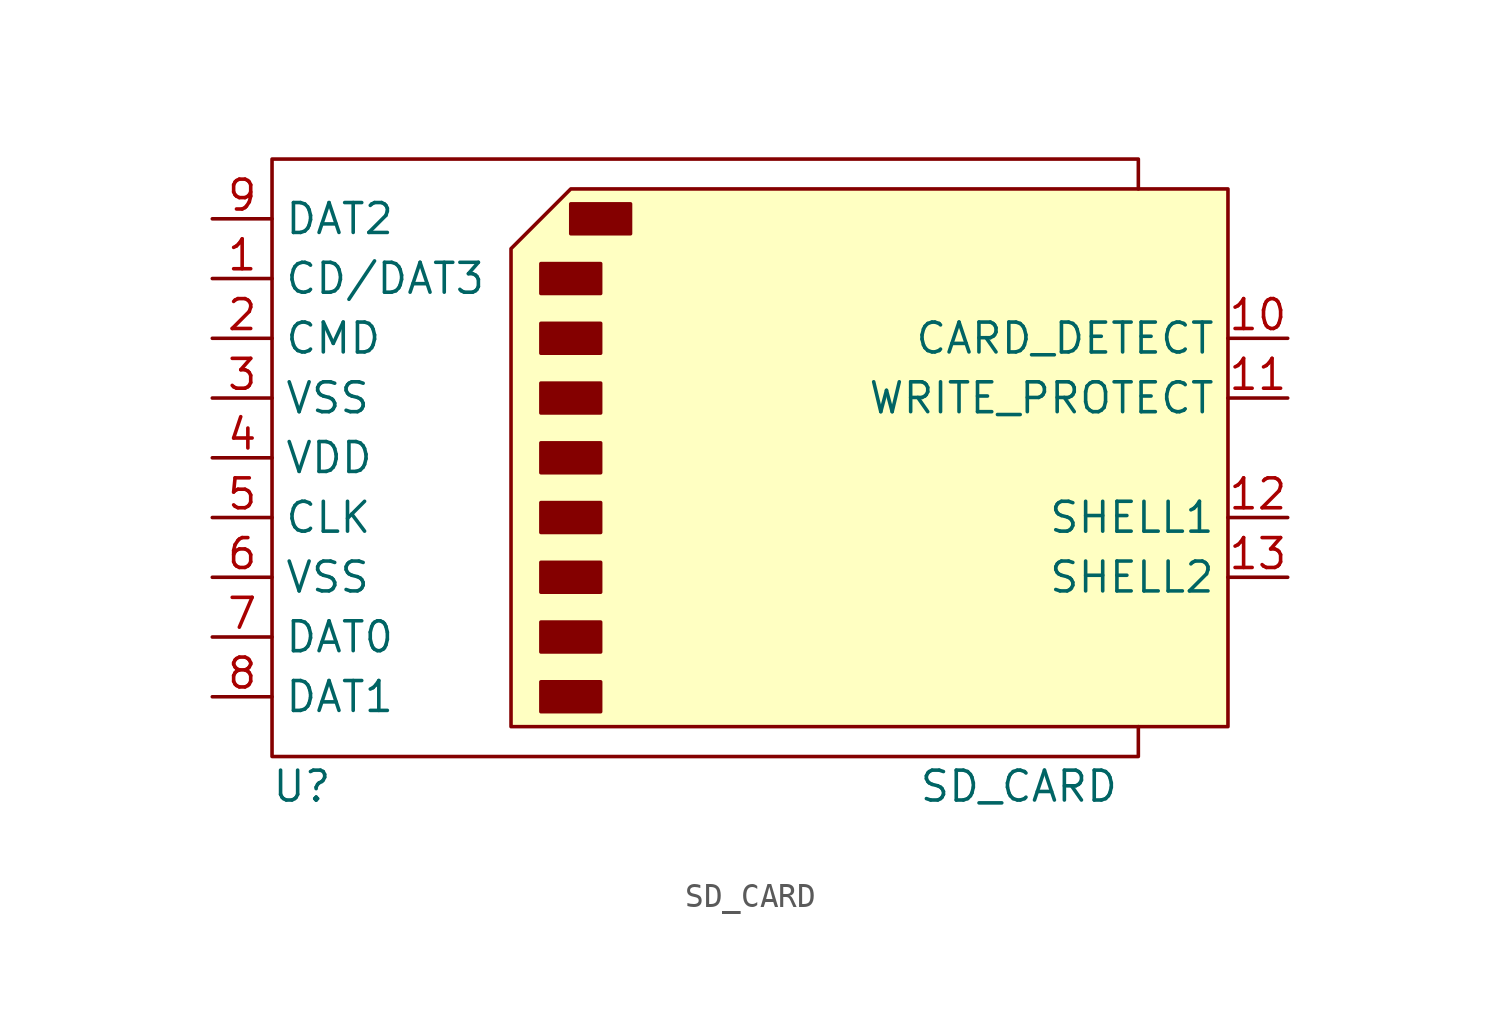
<source format=kicad_sym>
(kicad_symbol_lib
  (version 20211014)
  (generator kicad_symbol_editor)
  (symbol "SD_CARD"
    (property "Reference" "U"
      (at -15.24 -13.97 0)
      (effects (font (size 1.27 1.27))))
    (property "Value" "SD_CARD"
      (at 15.24 -13.97 0)
      (effects (font (size 1.27 1.27))))
    (symbol "SD_CARD_0_1"
      (rectangle (start -5.08 -9.525) (end -2.54 -10.795) (stroke (width 0) (type default) (color 0 0 0 0)) (fill (type outline)))
      (rectangle (start -5.08 -6.985) (end -2.54 -8.255) (stroke (width 0) (type default) (color 0 0 0 0)) (fill (type outline)))
      (rectangle (start -5.08 -4.445) (end -2.54 -5.715) (stroke (width 0) (type default) (color 0 0 0 0)) (fill (type outline)))
      (rectangle (start -5.08 -1.905) (end -2.54 -3.175) (stroke (width 0) (type default) (color 0 0 0 0)) (fill (type outline)))
      (rectangle (start -5.08 0.635) (end -2.54 -0.635) (stroke (width 0) (type default) (color 0 0 0 0)) (fill (type outline)))
      (rectangle (start -5.08 3.175) (end -2.54 1.905) (stroke (width 0) (type default) (color 0 0 0 0)) (fill (type outline)))
      (rectangle (start -5.08 5.715) (end -2.54 4.445) (stroke (width 0) (type default) (color 0 0 0 0)) (fill (type outline)))
      (rectangle (start -5.08 8.255) (end -2.54 6.985) (stroke (width 0) (type default) (color 0 0 0 0)) (fill (type outline)))
      (rectangle (start -3.81 10.795) (end -1.27 9.525) (stroke (width 0) (type default) (color 0 0 0 0)) (fill (type outline)))
      (polyline (pts (xy -6.35 8.89) (xy -3.81 11.43) (xy 24.13 11.43) (xy 24.13 -11.43) (xy -6.35 -11.43) (xy -6.35 8.89)) (stroke (width 0) (type default) (color 0 0 0 0)) (fill (type background)))
      (polyline (pts (xy 20.32 11.43) (xy 20.32 12.7) (xy -16.51 12.7) (xy -16.51 -12.7) (xy 20.32 -12.7) (xy 20.32 -11.43)) (stroke (width 0) (type default) (color 0 0 0 0)) (fill (type none))))
    (symbol "SD_CARD_1_1"
      (pin input line (at -19.05 7.62 0) (length 2.54) (name "CD/DAT3" (effects (font (size 1.27 1.27)))) (number "1" (effects (font (size 1.27 1.27)))))
      (pin input line (at 26.67 5.08 180) (length 2.54) (name "CARD_DETECT" (effects (font (size 1.27 1.27)))) (number "10" (effects (font (size 1.27 1.27)))))
      (pin input line (at 26.67 2.54 180) (length 2.54) (name "WRITE_PROTECT" (effects (font (size 1.27 1.27)))) (number "11" (effects (font (size 1.27 1.27)))))
      (pin input line (at 26.67 -2.54 180) (length 2.54) (name "SHELL1" (effects (font (size 1.27 1.27)))) (number "12" (effects (font (size 1.27 1.27)))))
      (pin input line (at 26.67 -5.08 180) (length 2.54) (name "SHELL2" (effects (font (size 1.27 1.27)))) (number "13" (effects (font (size 1.27 1.27)))))
      (pin input line (at -19.05 5.08 0) (length 2.54) (name "CMD" (effects (font (size 1.27 1.27)))) (number "2" (effects (font (size 1.27 1.27)))))
      (pin power_in line (at -19.05 2.54 0) (length 2.54) (name "VSS" (effects (font (size 1.27 1.27)))) (number "3" (effects (font (size 1.27 1.27)))))
      (pin power_in line (at -19.05 0 0) (length 2.54) (name "VDD" (effects (font (size 1.27 1.27)))) (number "4" (effects (font (size 1.27 1.27)))))
      (pin input line (at -19.05 -2.54 0) (length 2.54) (name "CLK" (effects (font (size 1.27 1.27)))) (number "5" (effects (font (size 1.27 1.27)))))
      (pin power_in line (at -19.05 -5.08 0) (length 2.54) (name "VSS" (effects (font (size 1.27 1.27)))) (number "6" (effects (font (size 1.27 1.27)))))
      (pin input line (at -19.05 -7.62 0) (length 2.54) (name "DAT0" (effects (font (size 1.27 1.27)))) (number "7" (effects (font (size 1.27 1.27)))))
      (pin input line (at -19.05 -10.16 0) (length 2.54) (name "DAT1" (effects (font (size 1.27 1.27)))) (number "8" (effects (font (size 1.27 1.27)))))
      (pin input line (at -19.05 10.16 0) (length 2.54) (name "DAT2" (effects (font (size 1.27 1.27)))) (number "9" (effects (font (size 1.27 1.27))))))))
</source>
